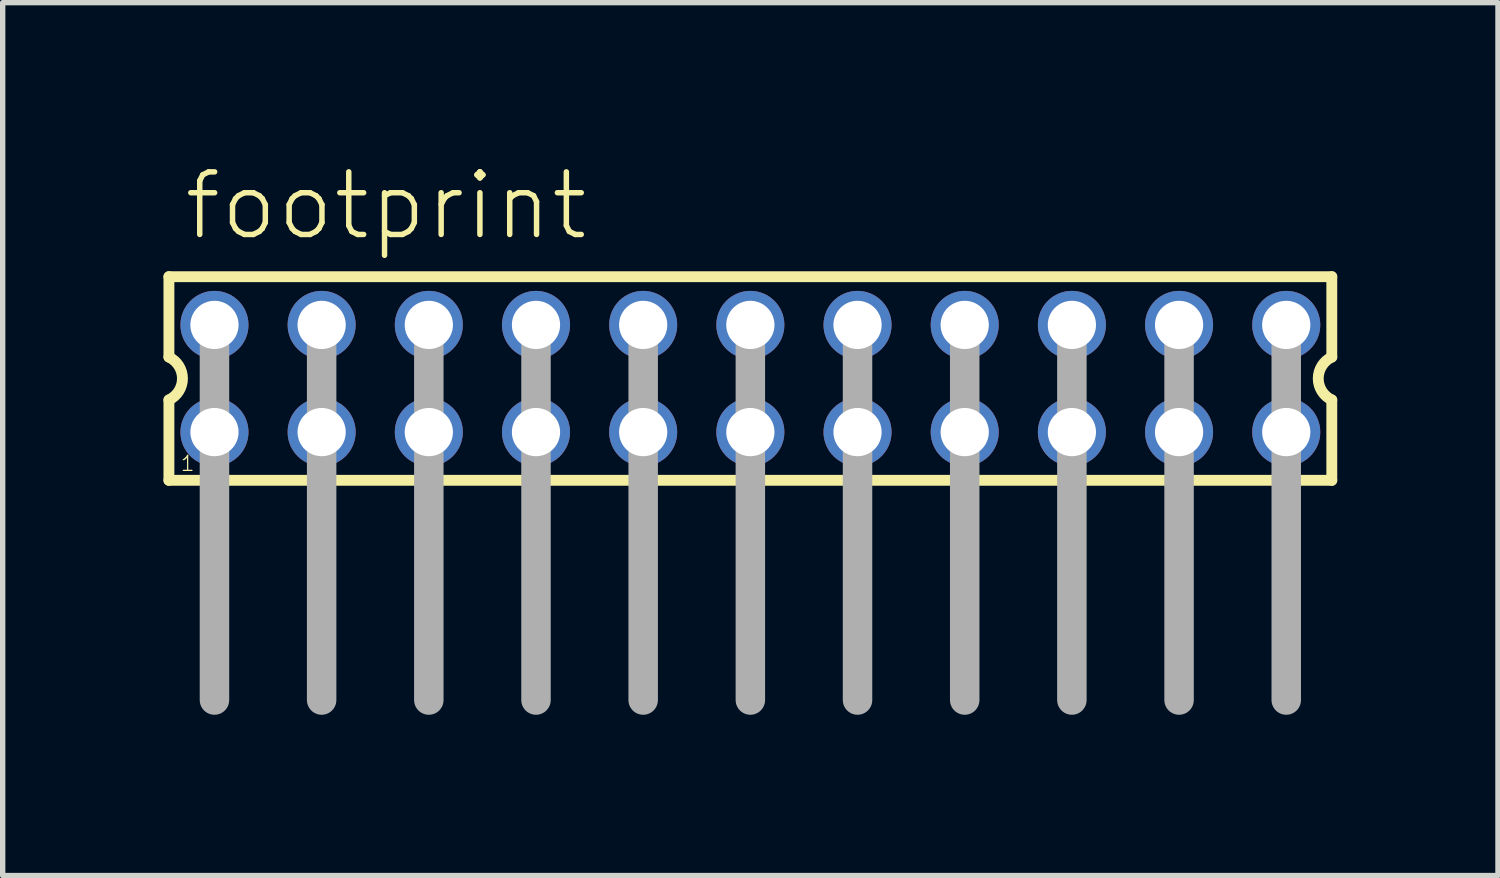
<source format=kicad_pcb>
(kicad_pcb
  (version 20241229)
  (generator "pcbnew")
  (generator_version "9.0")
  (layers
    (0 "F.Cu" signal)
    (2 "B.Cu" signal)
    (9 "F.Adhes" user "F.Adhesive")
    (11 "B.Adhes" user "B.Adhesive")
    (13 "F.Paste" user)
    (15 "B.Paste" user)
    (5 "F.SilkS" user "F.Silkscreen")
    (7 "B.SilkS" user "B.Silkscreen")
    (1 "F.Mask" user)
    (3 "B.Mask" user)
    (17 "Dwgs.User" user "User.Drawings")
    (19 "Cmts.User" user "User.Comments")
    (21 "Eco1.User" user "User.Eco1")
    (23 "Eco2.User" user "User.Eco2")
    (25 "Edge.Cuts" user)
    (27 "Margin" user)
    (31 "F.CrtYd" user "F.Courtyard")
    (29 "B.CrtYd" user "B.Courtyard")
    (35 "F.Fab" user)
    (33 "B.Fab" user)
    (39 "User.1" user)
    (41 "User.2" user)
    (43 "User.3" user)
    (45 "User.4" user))
  (footprint "footprint"
    (layer "F.Cu")
    (at 10.952 4.013)
    (property "Reference" "footprint" (at -10.62 -2.54 0) (layer "F.SilkS") (effects (font (size 1.168 1.168) (thickness 0.102)) (justify left bottom)))
    (fp_line (start -10.85 -1.9) (end -10.85 -0.4) (stroke (width 0.203) (type solid)) (layer "F.SilkS"))
    (fp_line (start -10.85 0.4) (end -10.85 1.9) (stroke (width 0.203) (type solid)) (layer "F.SilkS"))
    (fp_line (start -10.85 1.9) (end 10.85 1.9) (stroke (width 0.203) (type solid)) (layer "F.SilkS"))
    (fp_line (start 10.85 -1.9) (end -10.85 -1.9) (stroke (width 0.203) (type solid)) (layer "F.SilkS"))
    (fp_line (start 10.85 -0.4) (end 10.85 -1.9) (stroke (width 0.203) (type solid)) (layer "F.SilkS"))
    (fp_line (start 10.85 1.9) (end 10.85 0.4) (stroke (width 0.203) (type solid)) (layer "F.SilkS"))
    (fp_arc (start -10.85 -0.4) (mid -10.597167 0) (end -10.85 0.4) (stroke (width 0.2032) (type solid)) (layer "F.SilkS"))
    (fp_arc (start 10.85 0.4) (mid 10.597167 0) (end 10.85 -0.4) (stroke (width 0.2032) (type solid)) (layer "F.SilkS"))
    (fp_line (start -10 -1) (end -10 6) (stroke (width 0.55) (type solid)) (layer "F.Fab"))
    (fp_line (start -8 -1) (end -8 6) (stroke (width 0.55) (type solid)) (layer "F.Fab"))
    (fp_line (start -6 -1) (end -6 6) (stroke (width 0.55) (type solid)) (layer "F.Fab"))
    (fp_line (start -4 -1) (end -4 6) (stroke (width 0.55) (type solid)) (layer "F.Fab"))
    (fp_line (start -2 -1) (end -2 6) (stroke (width 0.55) (type solid)) (layer "F.Fab"))
    (fp_line (start 0 -1) (end 0 6) (stroke (width 0.55) (type solid)) (layer "F.Fab"))
    (fp_line (start 2 -1) (end 2 6) (stroke (width 0.55) (type solid)) (layer "F.Fab"))
    (fp_line (start 4 -1) (end 4 6) (stroke (width 0.55) (type solid)) (layer "F.Fab"))
    (fp_line (start 6 -1) (end 6 6) (stroke (width 0.55) (type solid)) (layer "F.Fab"))
    (fp_line (start 8 -1) (end 8 6) (stroke (width 0.55) (type solid)) (layer "F.Fab"))
    (fp_line (start 10 -1) (end 10 6) (stroke (width 0.55) (type solid)) (layer "F.Fab"))
    (fp_poly (pts (xy -10.25 -0.75) (xy -9.75 -0.75) (xy -9.75 -1.25) (xy -10.25 -1.25)) (stroke (width 0.1) (type solid)) (fill no) (layer "F.Fab"))
    (fp_poly (pts (xy -10.25 1.25) (xy -9.75 1.25) (xy -9.75 0.75) (xy -10.25 0.75)) (stroke (width 0.1) (type solid)) (fill no) (layer "F.Fab"))
    (fp_poly (pts (xy -8.25 -0.75) (xy -7.75 -0.75) (xy -7.75 -1.25) (xy -8.25 -1.25)) (stroke (width 0.1) (type solid)) (fill no) (layer "F.Fab"))
    (fp_poly (pts (xy -8.25 1.25) (xy -7.75 1.25) (xy -7.75 0.75) (xy -8.25 0.75)) (stroke (width 0.1) (type solid)) (fill no) (layer "F.Fab"))
    (fp_poly (pts (xy -6.25 -0.75) (xy -5.75 -0.75) (xy -5.75 -1.25) (xy -6.25 -1.25)) (stroke (width 0.1) (type solid)) (fill no) (layer "F.Fab"))
    (fp_poly (pts (xy -6.25 1.25) (xy -5.75 1.25) (xy -5.75 0.75) (xy -6.25 0.75)) (stroke (width 0.1) (type solid)) (fill no) (layer "F.Fab"))
    (fp_poly (pts (xy -4.25 -0.75) (xy -3.75 -0.75) (xy -3.75 -1.25) (xy -4.25 -1.25)) (stroke (width 0.1) (type solid)) (fill no) (layer "F.Fab"))
    (fp_poly (pts (xy -4.25 1.25) (xy -3.75 1.25) (xy -3.75 0.75) (xy -4.25 0.75)) (stroke (width 0.1) (type solid)) (fill no) (layer "F.Fab"))
    (fp_poly (pts (xy -2.25 -0.75) (xy -1.75 -0.75) (xy -1.75 -1.25) (xy -2.25 -1.25)) (stroke (width 0.1) (type solid)) (fill no) (layer "F.Fab"))
    (fp_poly (pts (xy -2.25 1.25) (xy -1.75 1.25) (xy -1.75 0.75) (xy -2.25 0.75)) (stroke (width 0.1) (type solid)) (fill no) (layer "F.Fab"))
    (fp_poly (pts (xy -0.25 -0.75) (xy 0.25 -0.75) (xy 0.25 -1.25) (xy -0.25 -1.25)) (stroke (width 0.1) (type solid)) (fill no) (layer "F.Fab"))
    (fp_poly (pts (xy -0.25 1.25) (xy 0.25 1.25) (xy 0.25 0.75) (xy -0.25 0.75)) (stroke (width 0.1) (type solid)) (fill no) (layer "F.Fab"))
    (fp_poly (pts (xy 1.75 -0.75) (xy 2.25 -0.75) (xy 2.25 -1.25) (xy 1.75 -1.25)) (stroke (width 0.1) (type solid)) (fill no) (layer "F.Fab"))
    (fp_poly (pts (xy 1.75 1.25) (xy 2.25 1.25) (xy 2.25 0.75) (xy 1.75 0.75)) (stroke (width 0.1) (type solid)) (fill no) (layer "F.Fab"))
    (fp_poly (pts (xy 3.75 -0.75) (xy 4.25 -0.75) (xy 4.25 -1.25) (xy 3.75 -1.25)) (stroke (width 0.1) (type solid)) (fill no) (layer "F.Fab"))
    (fp_poly (pts (xy 3.75 1.25) (xy 4.25 1.25) (xy 4.25 0.75) (xy 3.75 0.75)) (stroke (width 0.1) (type solid)) (fill no) (layer "F.Fab"))
    (fp_poly (pts (xy 5.75 -0.75) (xy 6.25 -0.75) (xy 6.25 -1.25) (xy 5.75 -1.25)) (stroke (width 0.1) (type solid)) (fill no) (layer "F.Fab"))
    (fp_poly (pts (xy 5.75 1.25) (xy 6.25 1.25) (xy 6.25 0.75) (xy 5.75 0.75)) (stroke (width 0.1) (type solid)) (fill no) (layer "F.Fab"))
    (fp_poly (pts (xy 7.75 -0.75) (xy 8.25 -0.75) (xy 8.25 -1.25) (xy 7.75 -1.25)) (stroke (width 0.1) (type solid)) (fill no) (layer "F.Fab"))
    (fp_poly (pts (xy 7.75 1.25) (xy 8.25 1.25) (xy 8.25 0.75) (xy 7.75 0.75)) (stroke (width 0.1) (type solid)) (fill no) (layer "F.Fab"))
    (fp_poly (pts (xy 9.75 -0.75) (xy 10.25 -0.75) (xy 10.25 -1.25) (xy 9.75 -1.25)) (stroke (width 0.1) (type solid)) (fill no) (layer "F.Fab"))
    (fp_poly (pts (xy 9.75 1.25) (xy 10.25 1.25) (xy 10.25 0.75) (xy 9.75 0.75)) (stroke (width 0.1) (type solid)) (fill no) (layer "F.Fab"))
    (fp_text user "1" (at -10.65 1.75 0) (layer "F.SilkS") (effects (font (size 0.28 0.28) (thickness 0.024)) (justify left bottom)))
    (pad "1" thru_hole circle (at -10 1) (size 1.27 1.27) (drill 0.9) (layers "*.Cu" "*.Mask"))
    (pad "2" thru_hole circle (at -10 -1) (size 1.27 1.27) (drill 0.9) (layers "*.Cu" "*.Mask"))
    (pad "3" thru_hole circle (at -8 1) (size 1.27 1.27) (drill 0.9) (layers "*.Cu" "*.Mask"))
    (pad "4" thru_hole circle (at -8 -1) (size 1.27 1.27) (drill 0.9) (layers "*.Cu" "*.Mask"))
    (pad "5" thru_hole circle (at -6 1) (size 1.27 1.27) (drill 0.9) (layers "*.Cu" "*.Mask"))
    (pad "6" thru_hole circle (at -6 -1) (size 1.27 1.27) (drill 0.9) (layers "*.Cu" "*.Mask"))
    (pad "7" thru_hole circle (at -4 1) (size 1.27 1.27) (drill 0.9) (layers "*.Cu" "*.Mask"))
    (pad "8" thru_hole circle (at -4 -1) (size 1.27 1.27) (drill 0.9) (layers "*.Cu" "*.Mask"))
    (pad "9" thru_hole circle (at -2 1) (size 1.27 1.27) (drill 0.9) (layers "*.Cu" "*.Mask"))
    (pad "10" thru_hole circle (at -2 -1) (size 1.27 1.27) (drill 0.9) (layers "*.Cu" "*.Mask"))
    (pad "11" thru_hole circle (at 0 1) (size 1.27 1.27) (drill 0.9) (layers "*.Cu" "*.Mask"))
    (pad "12" thru_hole circle (at 0 -1) (size 1.27 1.27) (drill 0.9) (layers "*.Cu" "*.Mask"))
    (pad "13" thru_hole circle (at 2 1) (size 1.27 1.27) (drill 0.9) (layers "*.Cu" "*.Mask"))
    (pad "14" thru_hole circle (at 2 -1) (size 1.27 1.27) (drill 0.9) (layers "*.Cu" "*.Mask"))
    (pad "15" thru_hole circle (at 4 1) (size 1.27 1.27) (drill 0.9) (layers "*.Cu" "*.Mask"))
    (pad "16" thru_hole circle (at 4 -1) (size 1.27 1.27) (drill 0.9) (layers "*.Cu" "*.Mask"))
    (pad "17" thru_hole circle (at 6 1) (size 1.27 1.27) (drill 0.9) (layers "*.Cu" "*.Mask"))
    (pad "18" thru_hole circle (at 6 -1) (size 1.27 1.27) (drill 0.9) (layers "*.Cu" "*.Mask"))
    (pad "19" thru_hole circle (at 8 1) (size 1.27 1.27) (drill 0.9) (layers "*.Cu" "*.Mask"))
    (pad "20" thru_hole circle (at 8 -1) (size 1.27 1.27) (drill 0.9) (layers "*.Cu" "*.Mask"))
    (pad "21" thru_hole circle (at 10 1) (size 1.27 1.27) (drill 0.9) (layers "*.Cu" "*.Mask"))
    (pad "22" thru_hole circle (at 10 -1) (size 1.27 1.27) (drill 0.9) (layers "*.Cu" "*.Mask")))
  (gr_rect
    (start -3 -3)
    (end 24.903 13.288)
    (stroke (width 0.1) (type default))
    (fill no)
    (layer "Edge.Cuts")))
</source>
